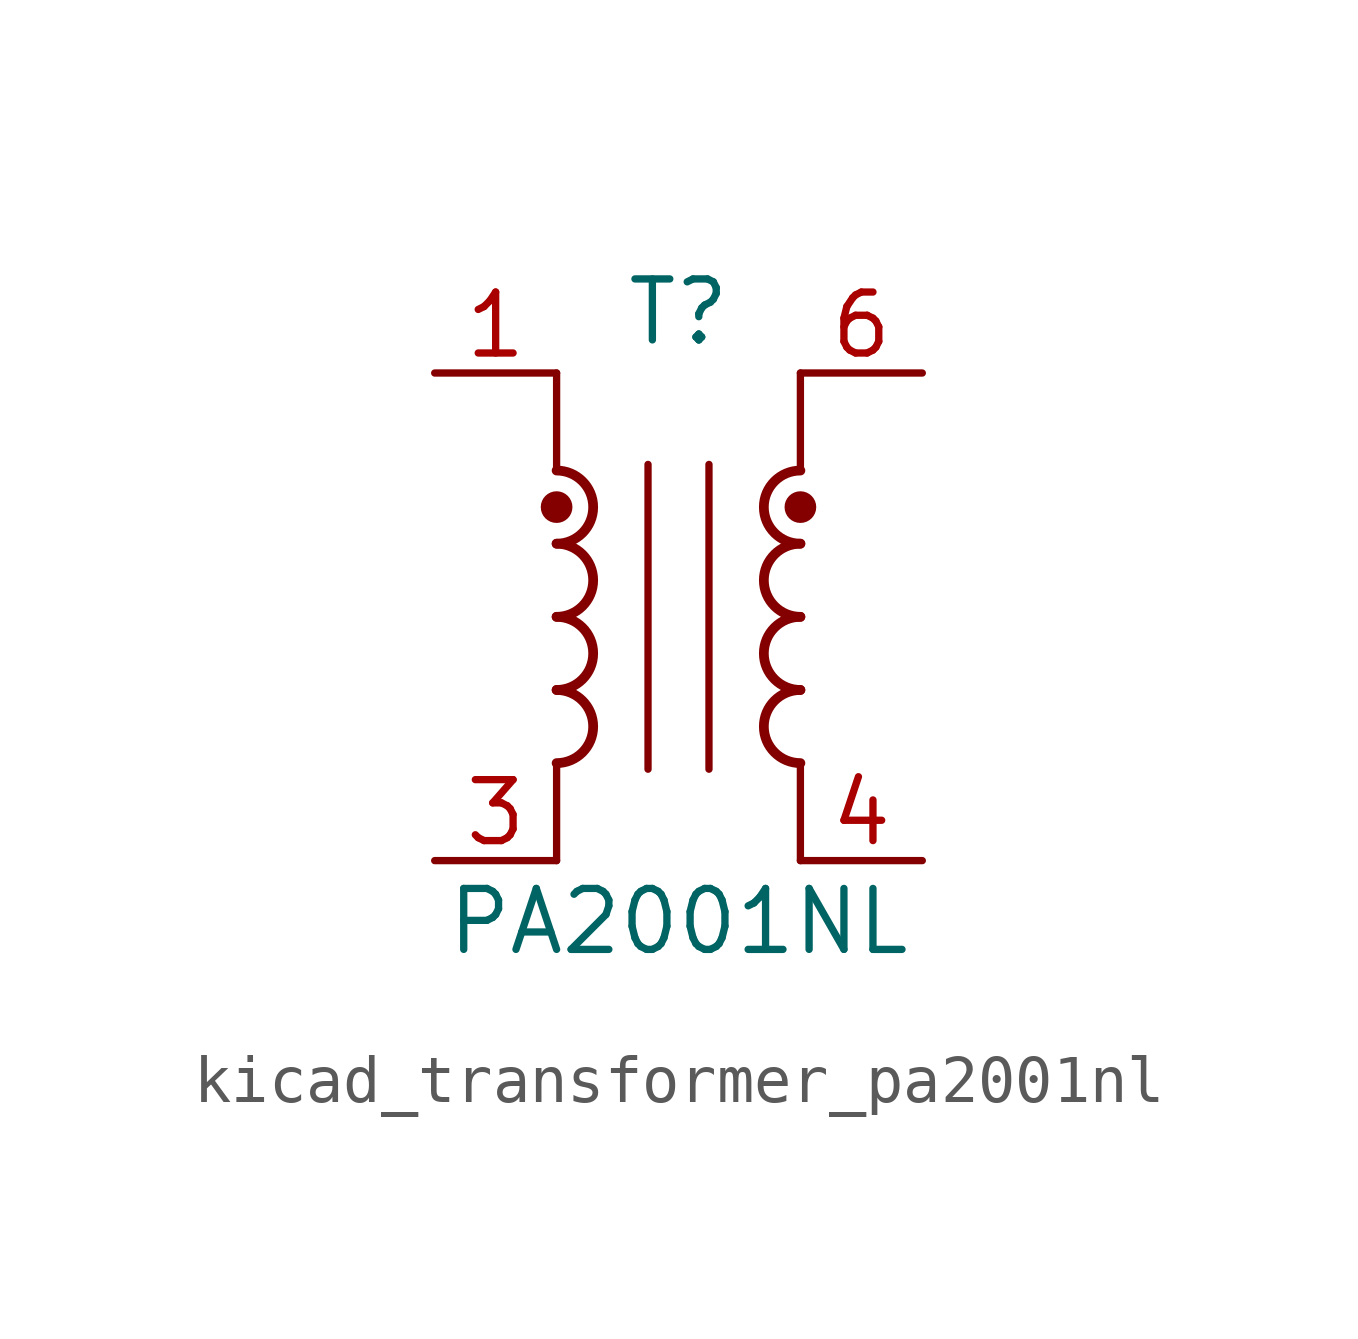
<source format=kicad_sym>
(kicad_symbol_lib
  (version 20220914)
  (generator kicad_symbol_editor)
  (symbol "kicad_transformer_pa2001nl"
    (pin_names hide)
    (property "Reference" "T"
      (at 0 6.35 0)
      (effects (font (size 1.27 1.27))))
    (property "Value" "PA2001NL"
      (at 0 -6.35 0)
      (effects (font (size 1.27 1.27))))
    (symbol "kicad_transformer_pa2001nl_0_1"
      (arc (start -2.54 -3.048) (mid -1.7813 -2.286) (end -2.54 -1.524) (stroke (width 0.2032) (type default)) (fill (type none)))
      (arc (start -2.54 -1.524) (mid -1.7813 -0.762) (end -2.54 0) (stroke (width 0.2032) (type default)) (fill (type none)))
      (arc (start -2.54 0) (mid -1.7813 0.762) (end -2.54 1.524) (stroke (width 0.2032) (type default)) (fill (type none)))
      (circle (center -2.54 2.286) (radius 0.254) (stroke (width 0) (type default)) (fill (type outline)))
      (polyline (pts (xy -2.54 -3.048) (xy -2.54 -5.08)) (stroke (width 0) (type default)) (fill (type none)))
      (polyline (pts (xy -2.54 5.08) (xy -2.54 3.048)) (stroke (width 0) (type default)) (fill (type none)))
      (polyline (pts (xy -0.635 3.175) (xy -0.635 -3.175)) (stroke (width 0) (type default)) (fill (type none)))
      (polyline (pts (xy 0.635 3.175) (xy 0.635 -3.175)) (stroke (width 0) (type default)) (fill (type none)))
      (polyline (pts (xy 2.54 -3.048) (xy 2.54 -5.08)) (stroke (width 0) (type default)) (fill (type none)))
      (polyline (pts (xy 2.54 5.08) (xy 2.54 3.048)) (stroke (width 0) (type default)) (fill (type none)))
      (arc (start 2.54 -1.524) (mid 1.7813 -2.286) (end 2.54 -3.048) (stroke (width 0.2032) (type default)) (fill (type none)))
      (arc (start 2.54 0) (mid 1.7813 -0.762) (end 2.54 -1.524) (stroke (width 0.2032) (type default)) (fill (type none)))
      (arc (start 2.54 1.524) (mid 1.7813 0.762) (end 2.54 0) (stroke (width 0.2032) (type default)) (fill (type none)))
      (circle (center 2.54 2.286) (radius 0.254) (stroke (width 0) (type default)) (fill (type outline)))
      (arc (start 2.54 3.048) (mid 1.7813 2.286) (end 2.54 1.524) (stroke (width 0.2032) (type default)) (fill (type none))))
    (symbol "kicad_transformer_pa2001nl_1_1"
      (arc (start -2.54 1.524) (mid -1.7813 2.286) (end -2.54 3.048) (stroke (width 0.2032) (type default)) (fill (type none)))
      (pin passive line (at -5.08 5.08 0) (length 2.54) (name "~" (effects (font (size 1.27 1.27)))) (number "1" (effects (font (size 1.27 1.27)))))
      (pin passive line (at -5.08 -5.08 0) (length 2.54) (name "~" (effects (font (size 1.27 1.27)))) (number "3" (effects (font (size 1.27 1.27)))))
      (pin passive line (at 5.08 -5.08 180) (length 2.54) (name "~" (effects (font (size 1.27 1.27)))) (number "4" (effects (font (size 1.27 1.27)))))
      (pin passive line (at 5.08 5.08 180) (length 2.54) (name "~" (effects (font (size 1.27 1.27)))) (number "6" (effects (font (size 1.27 1.27))))))))
</source>
